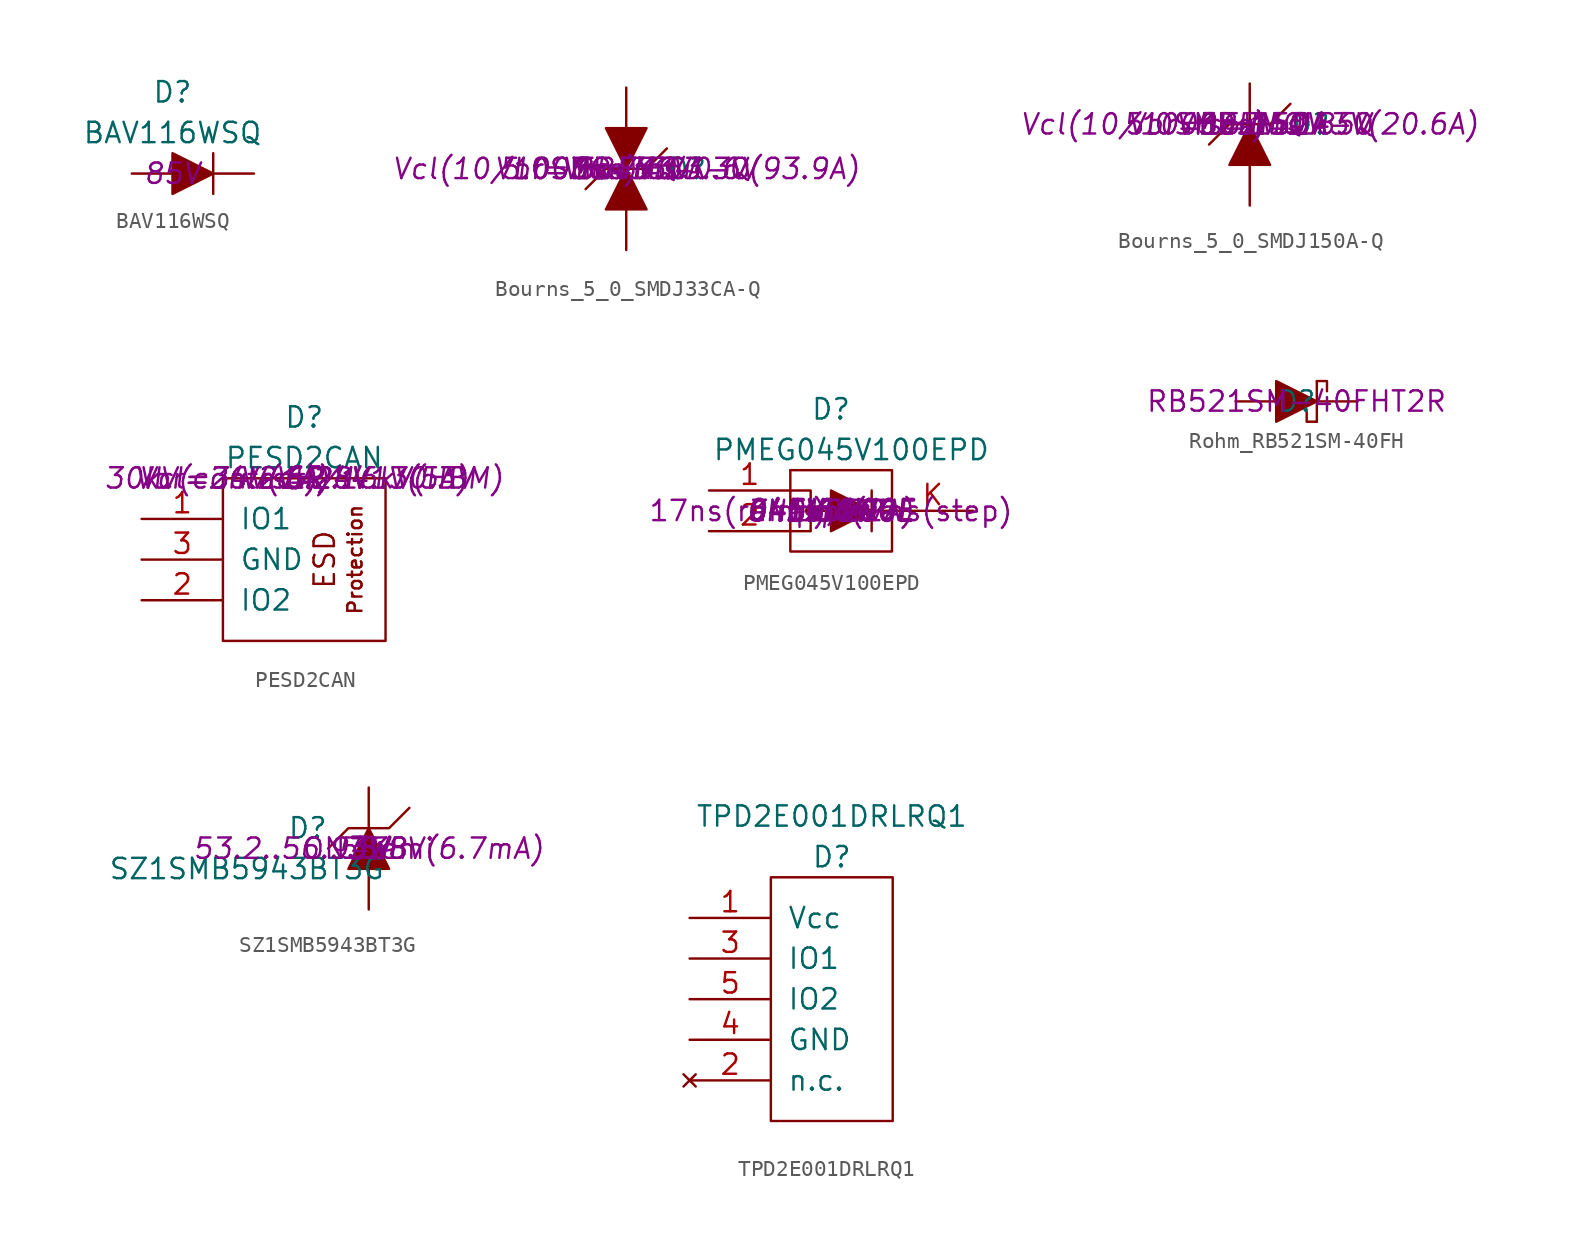
<source format=kicad_sym>
(kicad_symbol_lib
  (version 20211014)
  (generator kicad_symbol_editor)
  (symbol "BAV116WSQ"
    (pin_numbers hide)
    (pin_names
      (offset 1.016) hide)
    (property "Reference" "D"
      (at 0 5.08 0)
      (effects (font (size 1.27 1.27))))
    (property "Value" "BAV116WSQ"
      (at 0 2.54 0)
      (effects (font (size 1.27 1.27))))
    (property "Vr" "85V"
      (at 0 0 0)
      (effects (font (size 1.27 1.27) italic)))
    (symbol "BAV116WSQ_0_1"
      (polyline (pts (xy 2.54 1.27) (xy 2.54 -1.27)) (stroke (width 0) (type default) (color 0 0 0 0)) (fill (type none)))
      (polyline (pts (xy 0 1.27) (xy 0 -1.27) (xy 2.54 0) (xy 0 1.27)) (stroke (width 0) (type default) (color 0 0 0 0)) (fill (type outline))))
    (symbol "BAV116WSQ_1_1"
      (pin passive line (at -2.54 0 0) (length 2.54) (name "A" (effects (font (size 1.27 1.27)))) (number "A" (effects (font (size 1.27 1.27)))))
      (pin passive line (at 5.08 0 180) (length 2.54) (name "K" (effects (font (size 1.27 1.27)))) (number "K" (effects (font (size 1.27 1.27)))))))
  (symbol "Bourns_5_0_SMDJ33CA-Q"
    (pin_numbers hide)
    (pin_names
      (offset 1.016) hide)
    (property "Reference" "D"
      (at 3.81 0 0)
      (effects (font (size 1.27 1.27))))
    (property "p/n" "5.0SMDJ33CA-Q"
      (at 0 0 0)
      (effects (font (size 1.27 1.27))))
    (property "Manuf" "Bourns"
      (at 0 0 0)
      (effects (font (size 1.27 1.27) italic)))
    (property "Mark" "5BFMQ"
      (at 0 0 0)
      (effects (font (size 1.27 1.27) italic)))
    (property "Vrs" "Vrs=33V"
      (at 0 0 0)
      (effects (font (size 1.27 1.27) italic)))
    (property "Vbr" "Vbr=36.7V..40.6V"
      (at 0 0 0)
      (effects (font (size 1.27 1.27) italic)))
    (property "Vcl1" "Vcl(10/1000us)=53.3V(93.9A)"
      (at 0 0 0)
      (effects (font (size 1.27 1.27) italic)))
    (symbol "Bourns_5_0_SMDJ33CA-Q_0_1"
      (polyline (pts (xy -2.54 -1.27) (xy -1.27 0) (xy 1.27 0) (xy 2.54 1.27)) (stroke (width 0) (type default) (color 0 0 0 0)) (fill (type none)))
      (polyline (pts (xy -1.27 2.54) (xy 1.27 2.54) (xy 0 0) (xy -1.27 2.54)) (stroke (width 0) (type default) (color 0 0 0 0)) (fill (type outline)))
      (polyline (pts (xy 0 0) (xy -1.27 -2.54) (xy 1.27 -2.54) (xy 0 0)) (stroke (width 0) (type default) (color 0 0 0 0)) (fill (type outline))))
    (symbol "Bourns_5_0_SMDJ33CA-Q_1_1"
      (pin passive line (at 0 5.08 270) (length 2.54) (name "1" (effects (font (size 1.27 1.27)))) (number "1" (effects (font (size 1.27 1.27)))))
      (pin passive line (at 0 -5.08 90) (length 2.54) (name "2" (effects (font (size 1.27 1.27)))) (number "2" (effects (font (size 1.27 1.27)))))))
  (symbol "Bourns_5_0_SMDJ150A-Q"
    (pin_numbers hide)
    (pin_names
      (offset 1.016) hide)
    (property "Reference" "D"
      (at 3.81 0 0)
      (effects (font (size 1.27 1.27))))
    (property "p/n" "5.0SMDJ150A-Q"
      (at 0 0 0)
      (effects (font (size 1.27 1.27))))
    (property "Manuf" "Bourns"
      (at 0 0 0)
      (effects (font (size 1.27 1.27) italic)))
    (property "Mark" "5PHMQ"
      (at 0 0 0)
      (effects (font (size 1.27 1.27) italic)))
    (property "Vrs" "Vrs=150V"
      (at 0 0 0)
      (effects (font (size 1.27 1.27) italic)))
    (property "Vbr" "Vbr=167V..185V"
      (at 0 0 0)
      (effects (font (size 1.27 1.27) italic)))
    (property "Vcl1" "Vcl(10/1000us)=243V(20.6A)"
      (at 0 0 0)
      (effects (font (size 1.27 1.27) italic)))
    (symbol "Bourns_5_0_SMDJ150A-Q_0_1"
      (polyline (pts (xy -2.54 -1.27) (xy -1.27 0) (xy 1.27 0) (xy 2.54 1.27)) (stroke (width 0) (type default) (color 0 0 0 0)) (fill (type none)))
      (polyline (pts (xy 0 0) (xy -1.27 -2.54) (xy 1.27 -2.54) (xy 0 0)) (stroke (width 0) (type default) (color 0 0 0 0)) (fill (type outline))))
    (symbol "Bourns_5_0_SMDJ150A-Q_1_1"
      (pin passive line (at 0 -5.08 90) (length 2.54) (name "A" (effects (font (size 1.27 1.27)))) (number "A" (effects (font (size 1.27 1.27)))))
      (pin passive line (at 0 2.54 270) (length 2.54) (name "K" (effects (font (size 1.27 1.27)))) (number "K" (effects (font (size 1.27 1.27)))))))
  (symbol "PESD2CAN"
    (pin_names
      (offset 1.016))
    (property "Reference" "D"
      (at 0 3.81 0)
      (effects (font (size 1.27 1.27))))
    (property "Value" "PESD2CAN"
      (at 0 1.27 0)
      (effects (font (size 1.27 1.27))))
    (property "Mark" "6R"
      (at 0 0 0)
      (effects (font (size 1.27 1.27) bold italic)))
    (property "ESD" "30kV(contact)/16kV(HBM)"
      (at 0 0 0)
      (effects (font (size 1.27 1.27) italic)))
    (property "Vrs" "Vrs=24V"
      (at 0 0 0)
      (effects (font (size 1.27 1.27) italic)))
    (property "Vbr" "Vbr=26.2V..28V..30.3V"
      (at 0 0 0)
      (effects (font (size 1.27 1.27) italic)))
    (property "Vcl" "Vcl=34V(1A)..41V(5A)"
      (at 0 0 0)
      (effects (font (size 1.27 1.27) italic)))
    (symbol "PESD2CAN_0_0"
      (text "ESD" (at 1.27 -5.08 900) (effects (font (size 1.27 1.27)))))
    (symbol "PESD2CAN_1_1"
      (rectangle (start -5.08 0) (end 5.08 -10.16) (stroke (width 0) (type default) (color 0 0 0 0)) (fill (type none)))
      (text "Protection" (at 3.175 -5.08 900) (effects (font (size 0.889 0.889))))
      (pin passive line (at -10.16 -2.54 0) (length 5.08) (name "IO1" (effects (font (size 1.27 1.27)))) (number "1" (effects (font (size 1.27 1.27)))))
      (pin passive line (at -10.16 -7.62 0) (length 5.08) (name "IO2" (effects (font (size 1.27 1.27)))) (number "2" (effects (font (size 1.27 1.27)))))
      (pin passive line (at -10.16 -5.08 0) (length 5.08) (name "GND" (effects (font (size 1.27 1.27)))) (number "3" (effects (font (size 1.27 1.27)))))))
  (symbol "PMEG045V100EPD"
    (pin_names
      (offset 1.016))
    (property "Reference" "D"
      (at 0 6.35 0)
      (effects (font (size 1.27 1.27))))
    (property "Value" "PMEG045V100EPD"
      (at 1.27 3.81 0)
      (effects (font (size 1.27 1.27))))
    (property "Manuf" "Nexperia"
      (at 0 0 0)
      (effects (font (size 1.27 1.27) italic)))
    (property "Vr" "45V"
      (at 0 0 0)
      (effects (font (size 1.27 1.27) italic)))
    (property "If" "10A"
      (at 0 0 0)
      (effects (font (size 1.27 1.27) italic)))
    (property "Vf" "340mV(2A)"
      (at 0 0 0)
      (effects (font (size 1.27 1.27) italic)))
    (property "Pwr" "1.66W"
      (at 0 0 0)
      (effects (font (size 1.27 1.27) bold italic)))
    (property "Trr" "17ns(ramp)/37ns(step)"
      (at 0 0 0)
      (effects (font (size 1.27 1.27))))
    (property "Mark" "045V 100E"
      (at 0 0 0)
      (effects (font (size 1.27 1.27) bold italic)))
    (symbol "PMEG045V100EPD_0_1"
      (rectangle (start -2.54 2.54) (end -2.54 2.54) (stroke (width 0) (type default) (color 0 0 0 0)) (fill (type none)))
      (rectangle (start -2.54 2.54) (end 3.81 -2.54) (stroke (width 0) (type default) (color 0 0 0 0)) (fill (type none)))
      (circle (center -1.27 0) (radius 0.279) (stroke (width 0) (type default) (color 0 0 0 0)) (fill (type outline)))
      (polyline (pts (xy 2.54 0) (xy 3.81 0)) (stroke (width 0) (type default) (color 0 0 0 0)) (fill (type none)))
      (polyline (pts (xy 2.54 1.27) (xy 2.54 -1.27)) (stroke (width 0) (type default) (color 0 0 0 0)) (fill (type none)))
      (polyline (pts (xy -1.27 0) (xy -1.27 -1.27) (xy -2.54 -1.27)) (stroke (width 0) (type default) (color 0 0 0 0)) (fill (type none)))
      (polyline (pts (xy 0 0) (xy -1.27 0) (xy -1.27 1.27) (xy -2.54 1.27)) (stroke (width 0) (type default) (color 0 0 0 0)) (fill (type none)))
      (polyline (pts (xy 0 1.27) (xy 0 -1.27) (xy 2.54 0) (xy 0 1.27)) (stroke (width 0) (type default) (color 0 0 0 0)) (fill (type outline))))
    (symbol "PMEG045V100EPD_1_1"
      (pin passive line (at -7.62 1.27 0) (length 5.08) (name "~" (effects (font (size 1.27 1.27)))) (number "1" (effects (font (size 1.27 1.27)))))
      (pin passive line (at -7.62 -1.27 0) (length 5.08) (name "~" (effects (font (size 1.27 1.27)))) (number "2" (effects (font (size 1.27 1.27)))))
      (pin passive line (at 8.89 0 180) (length 5.08) (name "~" (effects (font (size 1.27 1.27)))) (number "K" (effects (font (size 1.27 1.27)))))))
  (symbol "Rohm_RB521SM-40FH"
    (pin_numbers hide)
    (pin_names
      (offset 1.016) hide)
    (property "Reference" "D"
      (at 0 0 0)
      (effects (font (size 1.27 1.27))))
    (property "p/n" "RB521SM-40FHT2R"
      (at 0 0 0)
      (effects (font (size 1.27 1.27))))
    (symbol "Rohm_RB521SM-40FH_0_1"
      (polyline (pts (xy 1.27 -1.27) (xy 1.27 1.27)) (stroke (width 0) (type default) (color 0 0 0 0)) (fill (type none)))
      (polyline (pts (xy 1.27 -1.27) (xy 0.635 -1.27) (xy 0.635 -0.635)) (stroke (width 0) (type default) (color 0 0 0 0)) (fill (type none)))
      (polyline (pts (xy 1.27 1.27) (xy 1.905 1.27) (xy 1.905 0.635)) (stroke (width 0) (type default) (color 0 0 0 0)) (fill (type none)))
      (polyline (pts (xy -1.27 1.27) (xy 1.27 0) (xy -1.27 -1.27) (xy -1.27 1.27)) (stroke (width 0) (type default) (color 0 0 0 0)) (fill (type outline))))
    (symbol "Rohm_RB521SM-40FH_1_1"
      (pin passive line (at -3.81 0 0) (length 2.54) (name "~" (effects (font (size 1.27 1.27)))) (number "A" (effects (font (size 1.27 1.27)))))
      (pin passive line (at 3.81 0 180) (length 2.54) (name "~" (effects (font (size 1.27 1.27)))) (number "C" (effects (font (size 1.27 1.27)))))))
  (symbol "SZ1SMB5943BT3G"
    (pin_numbers hide)
    (pin_names
      (offset 1.016) hide)
    (property "Reference" "D"
      (at -3.81 1.27 0)
      (effects (font (size 1.27 1.27))))
    (property "Value" "SZ1SMB5943BT3G"
      (at -7.62 -1.27 0)
      (effects (font (size 1.27 1.27))))
    (property "Manuf" "ON Semi"
      (at 0 0 0)
      (effects (font (size 1.27 1.27))))
    (property "Mark" "943B"
      (at 0 0 0)
      (effects (font (size 1.27 1.27) italic)))
    (property "Vz" "53.2..56..58.8V(6.7mA)"
      (at 0 0 0)
      (effects (font (size 1.27 1.27) italic)))
    (property "Pwr" "3W"
      (at 0 0 0)
      (effects (font (size 1.27 1.27) bold italic)))
    (symbol "SZ1SMB5943BT3G_0_1"
      (polyline (pts (xy 1.27 -1.27) (xy -1.27 -1.27) (xy 0 1.27) (xy 1.27 -1.27)) (stroke (width 0) (type default) (color 0 0 0 0)) (fill (type outline)))
      (polyline (pts (xy 2.54 2.54) (xy 1.27 1.27) (xy -1.27 1.27) (xy -2.54 0)) (stroke (width 0) (type default) (color 0 0 0 0)) (fill (type none))))
    (symbol "SZ1SMB5943BT3G_1_1"
      (pin passive line (at 0 -3.81 90) (length 2.54) (name "A" (effects (font (size 1.27 1.27)))) (number "A" (effects (font (size 1.27 1.27)))))
      (pin passive line (at 0 3.81 270) (length 2.54) (name "K" (effects (font (size 1.27 1.27)))) (number "K" (effects (font (size 1.27 1.27)))))))
  (symbol "TPD2E001DRLRQ1"
    (pin_names
      (offset 1.016))
    (property "Reference" "D"
      (at 0 8.89 0)
      (effects (font (size 1.27 1.27))))
    (property "Value" "TPD2E001DRLRQ1"
      (at 0 11.43 0)
      (effects (font (size 1.27 1.27))))
    (symbol "TPD2E001DRLRQ1_0_1"
      (rectangle (start -3.81 7.62) (end 3.81 -7.62) (stroke (width 0) (type default) (color 0 0 0 0)) (fill (type none))))
    (symbol "TPD2E001DRLRQ1_1_1"
      (pin passive line (at -8.89 5.08 0) (length 5.08) (name "Vcc" (effects (font (size 1.27 1.27)))) (number "1" (effects (font (size 1.27 1.27)))))
      (pin no_connect line (at -8.89 -5.08 0) (length 5.08) (name "n.c." (effects (font (size 1.27 1.27)))) (number "2" (effects (font (size 1.27 1.27)))))
      (pin passive line (at -8.89 2.54 0) (length 5.08) (name "IO1" (effects (font (size 1.27 1.27)))) (number "3" (effects (font (size 1.27 1.27)))))
      (pin passive line (at -8.89 -2.54 0) (length 5.08) (name "GND" (effects (font (size 1.27 1.27)))) (number "4" (effects (font (size 1.27 1.27)))))
      (pin passive line (at -8.89 0 0) (length 5.08) (name "IO2" (effects (font (size 1.27 1.27)))) (number "5" (effects (font (size 1.27 1.27))))))))
</source>
